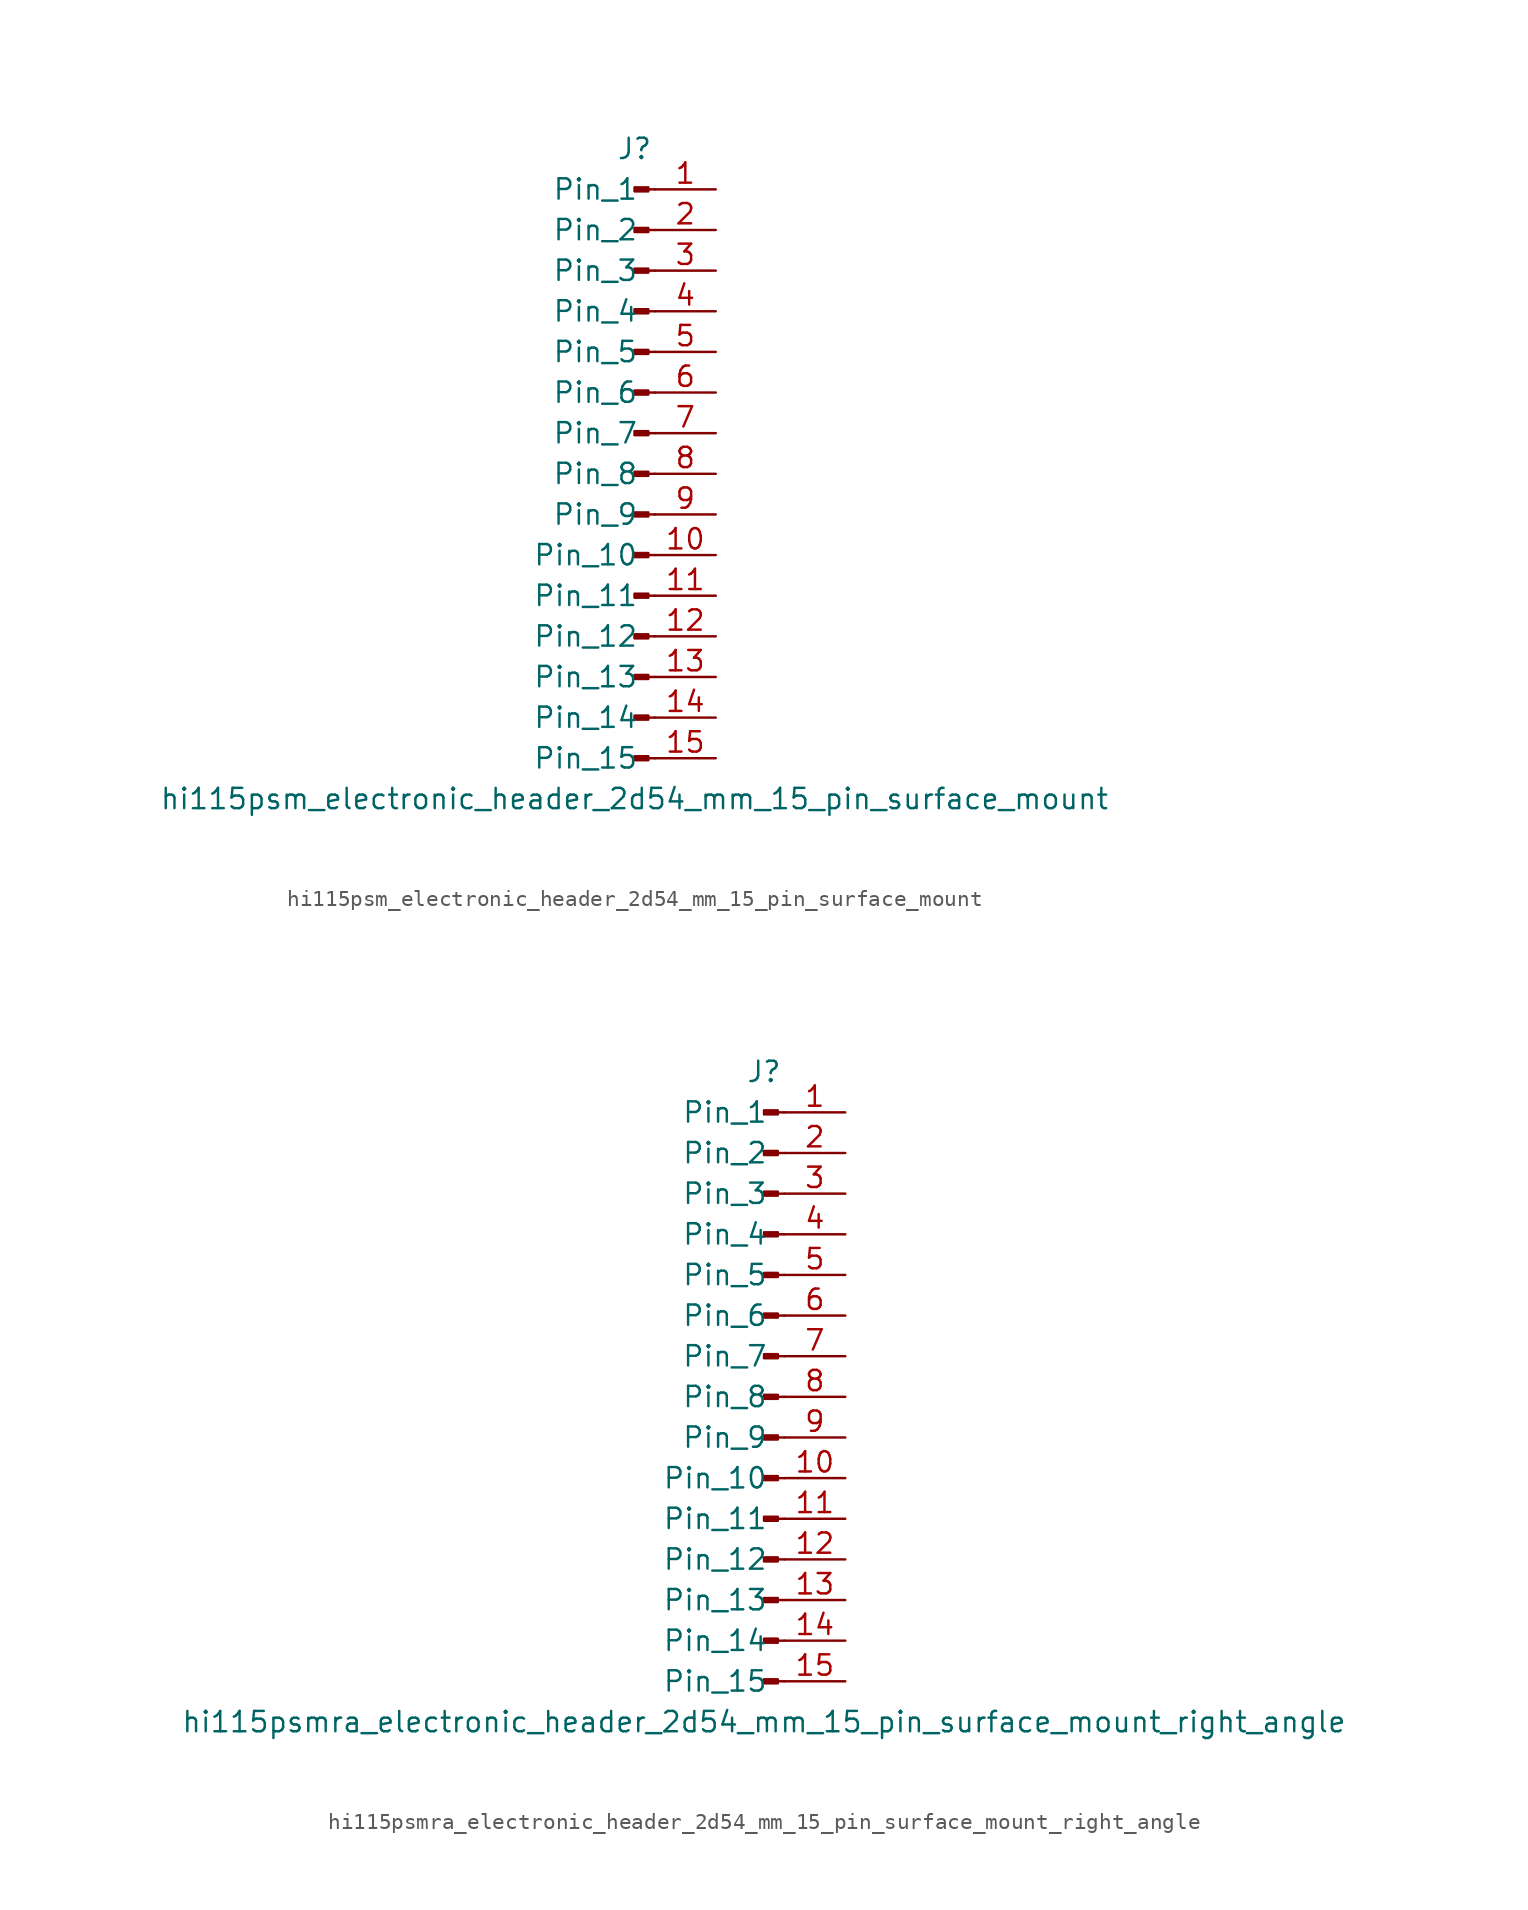
<source format=kicad_sym>
(kicad_symbol_lib
  (version 20220914)
  (generator kicad_symbol_editor)
  (symbol "hi115psm_electronic_header_2d54_mm_15_pin_surface_mount"
    (pin_names
      (offset 1.016))
    (property "Reference" "J"
      (at 0 20.32 0)
      (effects (font (size 1.27 1.27))))
    (property "Value" "hi115psm_electronic_header_2d54_mm_15_pin_surface_mount"
      (at 0 -20.32 0)
      (effects (font (size 1.27 1.27))))
    (property "ki_locked" ""
      (at 0 0 0)
      (effects (font (size 1.27 1.27))))
    (symbol "hi115psm_electronic_header_2d54_mm_15_pin_surface_mount_1_1"
      (polyline (pts (xy 1.27 -17.78) (xy 0.864 -17.78)) (stroke (width 0.152) (type default)) (fill (type none)))
      (polyline (pts (xy 1.27 -15.24) (xy 0.864 -15.24)) (stroke (width 0.152) (type default)) (fill (type none)))
      (polyline (pts (xy 1.27 -12.7) (xy 0.864 -12.7)) (stroke (width 0.152) (type default)) (fill (type none)))
      (polyline (pts (xy 1.27 -10.16) (xy 0.864 -10.16)) (stroke (width 0.152) (type default)) (fill (type none)))
      (polyline (pts (xy 1.27 -7.62) (xy 0.864 -7.62)) (stroke (width 0.152) (type default)) (fill (type none)))
      (polyline (pts (xy 1.27 -5.08) (xy 0.864 -5.08)) (stroke (width 0.152) (type default)) (fill (type none)))
      (polyline (pts (xy 1.27 -2.54) (xy 0.864 -2.54)) (stroke (width 0.152) (type default)) (fill (type none)))
      (polyline (pts (xy 1.27 0) (xy 0.864 0)) (stroke (width 0.152) (type default)) (fill (type none)))
      (polyline (pts (xy 1.27 2.54) (xy 0.864 2.54)) (stroke (width 0.152) (type default)) (fill (type none)))
      (polyline (pts (xy 1.27 5.08) (xy 0.864 5.08)) (stroke (width 0.152) (type default)) (fill (type none)))
      (polyline (pts (xy 1.27 7.62) (xy 0.864 7.62)) (stroke (width 0.152) (type default)) (fill (type none)))
      (polyline (pts (xy 1.27 10.16) (xy 0.864 10.16)) (stroke (width 0.152) (type default)) (fill (type none)))
      (polyline (pts (xy 1.27 12.7) (xy 0.864 12.7)) (stroke (width 0.152) (type default)) (fill (type none)))
      (polyline (pts (xy 1.27 15.24) (xy 0.864 15.24)) (stroke (width 0.152) (type default)) (fill (type none)))
      (polyline (pts (xy 1.27 17.78) (xy 0.864 17.78)) (stroke (width 0.152) (type default)) (fill (type none)))
      (rectangle (start 0.864 -17.653) (end 0 -17.907) (stroke (width 0.152) (type default)) (fill (type outline)))
      (rectangle (start 0.864 -15.113) (end 0 -15.367) (stroke (width 0.152) (type default)) (fill (type outline)))
      (rectangle (start 0.864 -12.573) (end 0 -12.827) (stroke (width 0.152) (type default)) (fill (type outline)))
      (rectangle (start 0.864 -10.033) (end 0 -10.287) (stroke (width 0.152) (type default)) (fill (type outline)))
      (rectangle (start 0.864 -7.493) (end 0 -7.747) (stroke (width 0.152) (type default)) (fill (type outline)))
      (rectangle (start 0.864 -4.953) (end 0 -5.207) (stroke (width 0.152) (type default)) (fill (type outline)))
      (rectangle (start 0.864 -2.413) (end 0 -2.667) (stroke (width 0.152) (type default)) (fill (type outline)))
      (rectangle (start 0.864 0.127) (end 0 -0.127) (stroke (width 0.152) (type default)) (fill (type outline)))
      (rectangle (start 0.864 2.667) (end 0 2.413) (stroke (width 0.152) (type default)) (fill (type outline)))
      (rectangle (start 0.864 5.207) (end 0 4.953) (stroke (width 0.152) (type default)) (fill (type outline)))
      (rectangle (start 0.864 7.747) (end 0 7.493) (stroke (width 0.152) (type default)) (fill (type outline)))
      (rectangle (start 0.864 10.287) (end 0 10.033) (stroke (width 0.152) (type default)) (fill (type outline)))
      (rectangle (start 0.864 12.827) (end 0 12.573) (stroke (width 0.152) (type default)) (fill (type outline)))
      (rectangle (start 0.864 15.367) (end 0 15.113) (stroke (width 0.152) (type default)) (fill (type outline)))
      (rectangle (start 0.864 17.907) (end 0 17.653) (stroke (width 0.152) (type default)) (fill (type outline)))
      (pin passive line (at 5.08 17.78 180) (length 3.81) (name "Pin_1" (effects (font (size 1.27 1.27)))) (number "1" (effects (font (size 1.27 1.27)))))
      (pin passive line (at 5.08 -5.08 180) (length 3.81) (name "Pin_10" (effects (font (size 1.27 1.27)))) (number "10" (effects (font (size 1.27 1.27)))))
      (pin passive line (at 5.08 -7.62 180) (length 3.81) (name "Pin_11" (effects (font (size 1.27 1.27)))) (number "11" (effects (font (size 1.27 1.27)))))
      (pin passive line (at 5.08 -10.16 180) (length 3.81) (name "Pin_12" (effects (font (size 1.27 1.27)))) (number "12" (effects (font (size 1.27 1.27)))))
      (pin passive line (at 5.08 -12.7 180) (length 3.81) (name "Pin_13" (effects (font (size 1.27 1.27)))) (number "13" (effects (font (size 1.27 1.27)))))
      (pin passive line (at 5.08 -15.24 180) (length 3.81) (name "Pin_14" (effects (font (size 1.27 1.27)))) (number "14" (effects (font (size 1.27 1.27)))))
      (pin passive line (at 5.08 -17.78 180) (length 3.81) (name "Pin_15" (effects (font (size 1.27 1.27)))) (number "15" (effects (font (size 1.27 1.27)))))
      (pin passive line (at 5.08 15.24 180) (length 3.81) (name "Pin_2" (effects (font (size 1.27 1.27)))) (number "2" (effects (font (size 1.27 1.27)))))
      (pin passive line (at 5.08 12.7 180) (length 3.81) (name "Pin_3" (effects (font (size 1.27 1.27)))) (number "3" (effects (font (size 1.27 1.27)))))
      (pin passive line (at 5.08 10.16 180) (length 3.81) (name "Pin_4" (effects (font (size 1.27 1.27)))) (number "4" (effects (font (size 1.27 1.27)))))
      (pin passive line (at 5.08 7.62 180) (length 3.81) (name "Pin_5" (effects (font (size 1.27 1.27)))) (number "5" (effects (font (size 1.27 1.27)))))
      (pin passive line (at 5.08 5.08 180) (length 3.81) (name "Pin_6" (effects (font (size 1.27 1.27)))) (number "6" (effects (font (size 1.27 1.27)))))
      (pin passive line (at 5.08 2.54 180) (length 3.81) (name "Pin_7" (effects (font (size 1.27 1.27)))) (number "7" (effects (font (size 1.27 1.27)))))
      (pin passive line (at 5.08 0 180) (length 3.81) (name "Pin_8" (effects (font (size 1.27 1.27)))) (number "8" (effects (font (size 1.27 1.27)))))
      (pin passive line (at 5.08 -2.54 180) (length 3.81) (name "Pin_9" (effects (font (size 1.27 1.27)))) (number "9" (effects (font (size 1.27 1.27)))))))
  (symbol "hi115psmra_electronic_header_2d54_mm_15_pin_surface_mount_right_angle"
    (pin_names
      (offset 1.016))
    (property "Reference" "J"
      (at 0 20.32 0)
      (effects (font (size 1.27 1.27))))
    (property "Value" "hi115psmra_electronic_header_2d54_mm_15_pin_surface_mount_right_angle"
      (at 0 -20.32 0)
      (effects (font (size 1.27 1.27))))
    (property "ki_locked" ""
      (at 0 0 0)
      (effects (font (size 1.27 1.27))))
    (symbol "hi115psmra_electronic_header_2d54_mm_15_pin_surface_mount_right_angle_1_1"
      (polyline (pts (xy 1.27 -17.78) (xy 0.864 -17.78)) (stroke (width 0.152) (type default)) (fill (type none)))
      (polyline (pts (xy 1.27 -15.24) (xy 0.864 -15.24)) (stroke (width 0.152) (type default)) (fill (type none)))
      (polyline (pts (xy 1.27 -12.7) (xy 0.864 -12.7)) (stroke (width 0.152) (type default)) (fill (type none)))
      (polyline (pts (xy 1.27 -10.16) (xy 0.864 -10.16)) (stroke (width 0.152) (type default)) (fill (type none)))
      (polyline (pts (xy 1.27 -7.62) (xy 0.864 -7.62)) (stroke (width 0.152) (type default)) (fill (type none)))
      (polyline (pts (xy 1.27 -5.08) (xy 0.864 -5.08)) (stroke (width 0.152) (type default)) (fill (type none)))
      (polyline (pts (xy 1.27 -2.54) (xy 0.864 -2.54)) (stroke (width 0.152) (type default)) (fill (type none)))
      (polyline (pts (xy 1.27 0) (xy 0.864 0)) (stroke (width 0.152) (type default)) (fill (type none)))
      (polyline (pts (xy 1.27 2.54) (xy 0.864 2.54)) (stroke (width 0.152) (type default)) (fill (type none)))
      (polyline (pts (xy 1.27 5.08) (xy 0.864 5.08)) (stroke (width 0.152) (type default)) (fill (type none)))
      (polyline (pts (xy 1.27 7.62) (xy 0.864 7.62)) (stroke (width 0.152) (type default)) (fill (type none)))
      (polyline (pts (xy 1.27 10.16) (xy 0.864 10.16)) (stroke (width 0.152) (type default)) (fill (type none)))
      (polyline (pts (xy 1.27 12.7) (xy 0.864 12.7)) (stroke (width 0.152) (type default)) (fill (type none)))
      (polyline (pts (xy 1.27 15.24) (xy 0.864 15.24)) (stroke (width 0.152) (type default)) (fill (type none)))
      (polyline (pts (xy 1.27 17.78) (xy 0.864 17.78)) (stroke (width 0.152) (type default)) (fill (type none)))
      (rectangle (start 0.864 -17.653) (end 0 -17.907) (stroke (width 0.152) (type default)) (fill (type outline)))
      (rectangle (start 0.864 -15.113) (end 0 -15.367) (stroke (width 0.152) (type default)) (fill (type outline)))
      (rectangle (start 0.864 -12.573) (end 0 -12.827) (stroke (width 0.152) (type default)) (fill (type outline)))
      (rectangle (start 0.864 -10.033) (end 0 -10.287) (stroke (width 0.152) (type default)) (fill (type outline)))
      (rectangle (start 0.864 -7.493) (end 0 -7.747) (stroke (width 0.152) (type default)) (fill (type outline)))
      (rectangle (start 0.864 -4.953) (end 0 -5.207) (stroke (width 0.152) (type default)) (fill (type outline)))
      (rectangle (start 0.864 -2.413) (end 0 -2.667) (stroke (width 0.152) (type default)) (fill (type outline)))
      (rectangle (start 0.864 0.127) (end 0 -0.127) (stroke (width 0.152) (type default)) (fill (type outline)))
      (rectangle (start 0.864 2.667) (end 0 2.413) (stroke (width 0.152) (type default)) (fill (type outline)))
      (rectangle (start 0.864 5.207) (end 0 4.953) (stroke (width 0.152) (type default)) (fill (type outline)))
      (rectangle (start 0.864 7.747) (end 0 7.493) (stroke (width 0.152) (type default)) (fill (type outline)))
      (rectangle (start 0.864 10.287) (end 0 10.033) (stroke (width 0.152) (type default)) (fill (type outline)))
      (rectangle (start 0.864 12.827) (end 0 12.573) (stroke (width 0.152) (type default)) (fill (type outline)))
      (rectangle (start 0.864 15.367) (end 0 15.113) (stroke (width 0.152) (type default)) (fill (type outline)))
      (rectangle (start 0.864 17.907) (end 0 17.653) (stroke (width 0.152) (type default)) (fill (type outline)))
      (pin passive line (at 5.08 17.78 180) (length 3.81) (name "Pin_1" (effects (font (size 1.27 1.27)))) (number "1" (effects (font (size 1.27 1.27)))))
      (pin passive line (at 5.08 -5.08 180) (length 3.81) (name "Pin_10" (effects (font (size 1.27 1.27)))) (number "10" (effects (font (size 1.27 1.27)))))
      (pin passive line (at 5.08 -7.62 180) (length 3.81) (name "Pin_11" (effects (font (size 1.27 1.27)))) (number "11" (effects (font (size 1.27 1.27)))))
      (pin passive line (at 5.08 -10.16 180) (length 3.81) (name "Pin_12" (effects (font (size 1.27 1.27)))) (number "12" (effects (font (size 1.27 1.27)))))
      (pin passive line (at 5.08 -12.7 180) (length 3.81) (name "Pin_13" (effects (font (size 1.27 1.27)))) (number "13" (effects (font (size 1.27 1.27)))))
      (pin passive line (at 5.08 -15.24 180) (length 3.81) (name "Pin_14" (effects (font (size 1.27 1.27)))) (number "14" (effects (font (size 1.27 1.27)))))
      (pin passive line (at 5.08 -17.78 180) (length 3.81) (name "Pin_15" (effects (font (size 1.27 1.27)))) (number "15" (effects (font (size 1.27 1.27)))))
      (pin passive line (at 5.08 15.24 180) (length 3.81) (name "Pin_2" (effects (font (size 1.27 1.27)))) (number "2" (effects (font (size 1.27 1.27)))))
      (pin passive line (at 5.08 12.7 180) (length 3.81) (name "Pin_3" (effects (font (size 1.27 1.27)))) (number "3" (effects (font (size 1.27 1.27)))))
      (pin passive line (at 5.08 10.16 180) (length 3.81) (name "Pin_4" (effects (font (size 1.27 1.27)))) (number "4" (effects (font (size 1.27 1.27)))))
      (pin passive line (at 5.08 7.62 180) (length 3.81) (name "Pin_5" (effects (font (size 1.27 1.27)))) (number "5" (effects (font (size 1.27 1.27)))))
      (pin passive line (at 5.08 5.08 180) (length 3.81) (name "Pin_6" (effects (font (size 1.27 1.27)))) (number "6" (effects (font (size 1.27 1.27)))))
      (pin passive line (at 5.08 2.54 180) (length 3.81) (name "Pin_7" (effects (font (size 1.27 1.27)))) (number "7" (effects (font (size 1.27 1.27)))))
      (pin passive line (at 5.08 0 180) (length 3.81) (name "Pin_8" (effects (font (size 1.27 1.27)))) (number "8" (effects (font (size 1.27 1.27)))))
      (pin passive line (at 5.08 -2.54 180) (length 3.81) (name "Pin_9" (effects (font (size 1.27 1.27)))) (number "9" (effects (font (size 1.27 1.27))))))))
</source>
